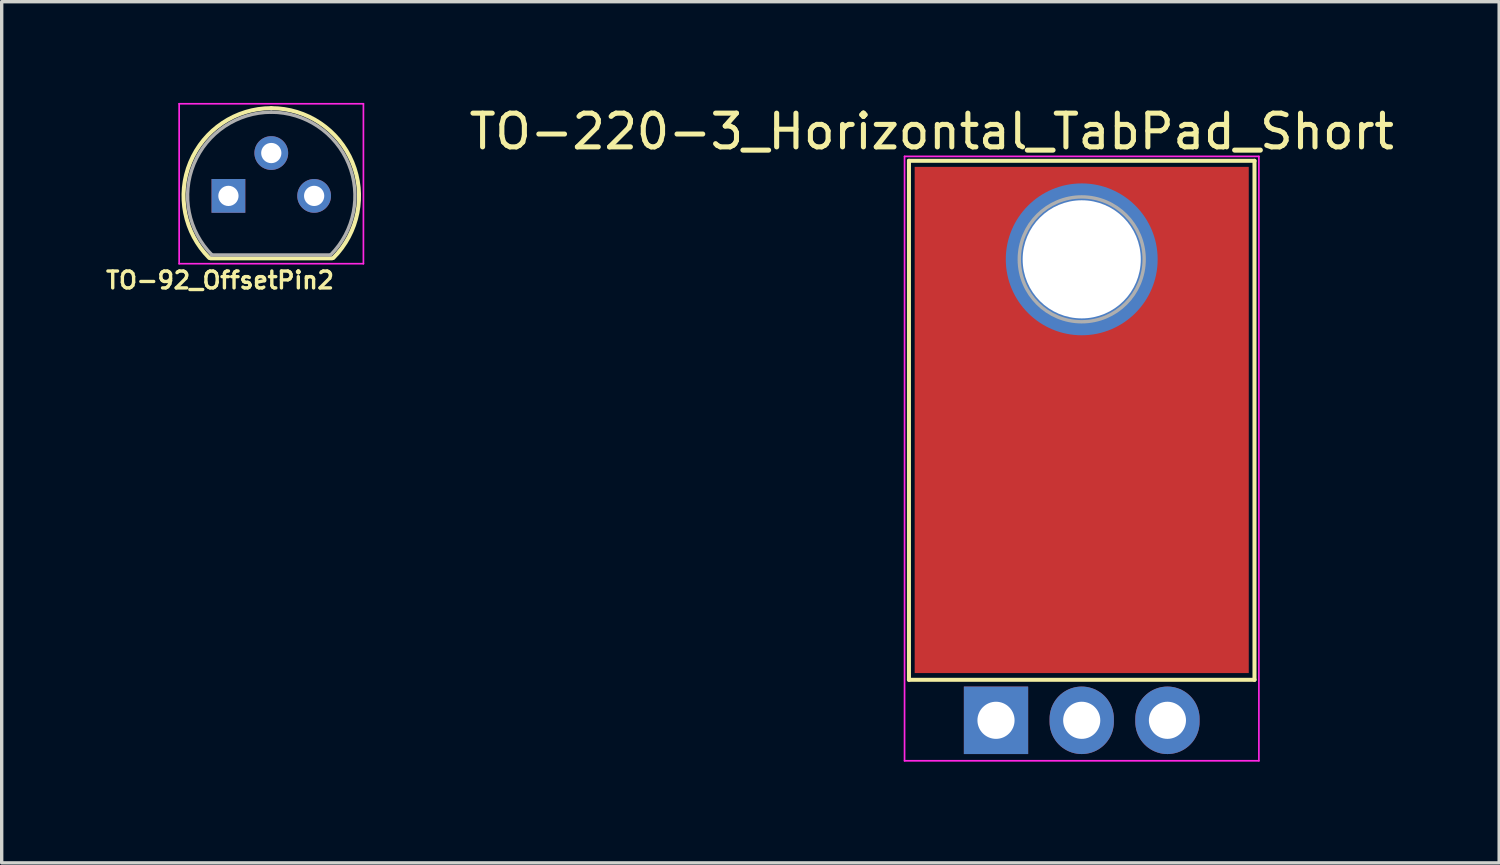
<source format=kicad_pcb>
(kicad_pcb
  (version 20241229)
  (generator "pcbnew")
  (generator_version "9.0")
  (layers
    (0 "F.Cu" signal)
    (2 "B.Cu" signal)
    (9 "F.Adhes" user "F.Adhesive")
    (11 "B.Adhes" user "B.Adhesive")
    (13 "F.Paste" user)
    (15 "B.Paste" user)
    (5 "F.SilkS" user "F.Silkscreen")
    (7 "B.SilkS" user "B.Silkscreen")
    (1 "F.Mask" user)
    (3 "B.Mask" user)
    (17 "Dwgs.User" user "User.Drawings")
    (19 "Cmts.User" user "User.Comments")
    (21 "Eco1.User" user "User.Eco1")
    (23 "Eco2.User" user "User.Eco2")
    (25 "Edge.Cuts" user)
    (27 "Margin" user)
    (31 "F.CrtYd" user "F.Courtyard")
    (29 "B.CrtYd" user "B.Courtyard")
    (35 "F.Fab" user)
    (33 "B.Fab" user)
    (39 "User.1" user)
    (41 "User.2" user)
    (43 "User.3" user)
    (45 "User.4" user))
  (footprint "TO-220-3_Horizontal_TabPad_Short"
    (layer "F.Cu")
    (at 29.005 18.295)
    (property "Reference" "TO-220-3_Horizontal_TabPad_Short" (at -4.445 -17.447 0) (layer "F.SilkS") (effects (font (size 1 1) (thickness 0.15))))
    (attr through_hole)
    (fp_line (start -5.12 -16.58) (end -5.12 -1.2) (stroke (width 0.12) (type solid)) (layer "F.SilkS"))
    (fp_line (start -5.12 -16.58) (end 5.12 -16.58) (stroke (width 0.12) (type solid)) (layer "F.SilkS"))
    (fp_line (start -5.12 -1.2) (end 5.12 -1.2) (stroke (width 0.12) (type solid)) (layer "F.SilkS"))
    (fp_line (start 5.12 -16.58) (end 5.12 -1.2) (stroke (width 0.12) (type solid)) (layer "F.SilkS"))
    (fp_line (start -5.25 -16.71) (end -5.25 1.2) (stroke (width 0.05) (type solid)) (layer "F.CrtYd"))
    (fp_line (start -5.25 1.2) (end 5.25 1.2) (stroke (width 0.05) (type solid)) (layer "F.CrtYd"))
    (fp_line (start 5.25 -16.71) (end -5.25 -16.71) (stroke (width 0.05) (type solid)) (layer "F.CrtYd"))
    (fp_line (start 5.25 1.2) (end 5.25 -16.71) (stroke (width 0.05) (type solid)) (layer "F.CrtYd"))
    (fp_circle (center 0 -13.66) (end 1.85 -13.66) (stroke (width 0.1) (type solid)) (fill no) (layer "F.Fab"))
    (pad "1" thru_hole rect (at -2.54 0) (size 1.905 2) (drill 1.1) (layers "*.Cu" "*.Mask"))
    (pad "2" thru_hole oval (at 0 0 180) (size 1.905 2) (drill 1.1) (layers "*.Cu" "*.Mask"))
    (pad "3" thru_hole oval (at 2.54 0) (size 1.905 2) (drill 1.1) (layers "*.Cu" "*.Mask"))
    (pad "4" smd rect (at 0 -8.9) (size 9.9 15) (layers "F.Cu" "F.Mask"))
    (pad "5" thru_hole oval (at 0 -13.66) (size 4.5 4.5) (drill 3.5) (layers "*.Cu" "*.Mask")))
  (footprint "TO-92_OffsetPin2"
    (layer "F.Cu")
    (at 4.989 2.755)
    (property "Reference" "TO-92_OffsetPin2" (at -1.52 2.5 0) (layer "F.SilkS") (effects (font (size 0.5 0.5) (thickness 0.1))))
    (attr through_hole)
    (fp_line (start -1.8 1.85) (end 1.8 1.85) (stroke (width 0.12) (type solid)) (layer "F.SilkS"))
    (fp_arc (start -1.838478 1.838478) (mid -2.402087 -0.994977) (end 0 -2.6) (stroke (width 0.12) (type solid)) (layer "F.SilkS"))
    (fp_arc (start 0 -2.6) (mid 2.402087 -0.994977) (end 1.838478 1.838478) (stroke (width 0.12) (type solid)) (layer "F.SilkS"))
    (fp_line (start -2.73 -2.73) (end -2.73 2.01) (stroke (width 0.05) (type solid)) (layer "F.CrtYd"))
    (fp_line (start -2.73 -2.73) (end 2.73 -2.73) (stroke (width 0.05) (type solid)) (layer "F.CrtYd"))
    (fp_line (start 2.73 2.01) (end -2.73 2.01) (stroke (width 0.05) (type solid)) (layer "F.CrtYd"))
    (fp_line (start 2.73 2.01) (end 2.73 -2.73) (stroke (width 0.05) (type solid)) (layer "F.CrtYd"))
    (fp_line (start -1.77 1.75) (end 1.73 1.75) (stroke (width 0.1) (type solid)) (layer "F.Fab"))
    (fp_arc (start -1.753625 1.753625) (mid -2.291221 -0.949055) (end 0 -2.48) (stroke (width 0.1) (type solid)) (layer "F.Fab"))
    (fp_arc (start 0 -2.48) (mid 2.291221 -0.949055) (end 1.753625 1.753625) (stroke (width 0.1) (type solid)) (layer "F.Fab"))
    (pad "1" thru_hole rect (at -1.27 0 90) (size 1 1) (drill 0.6) (layers "*.Cu" "*.Mask"))
    (pad "2" thru_hole circle (at 0 -1.27 90) (size 1 1) (drill 0.6) (layers "*.Cu" "*.Mask"))
    (pad "3" thru_hole circle (at 1.27 0 90) (size 1 1) (drill 0.6) (layers "*.Cu" "*.Mask")))
  (gr_rect
    (start -3 -3)
    (end 41.375 22.52)
    (stroke (width 0.1) (type default))
    (fill no)
    (layer "Edge.Cuts")))
</source>
